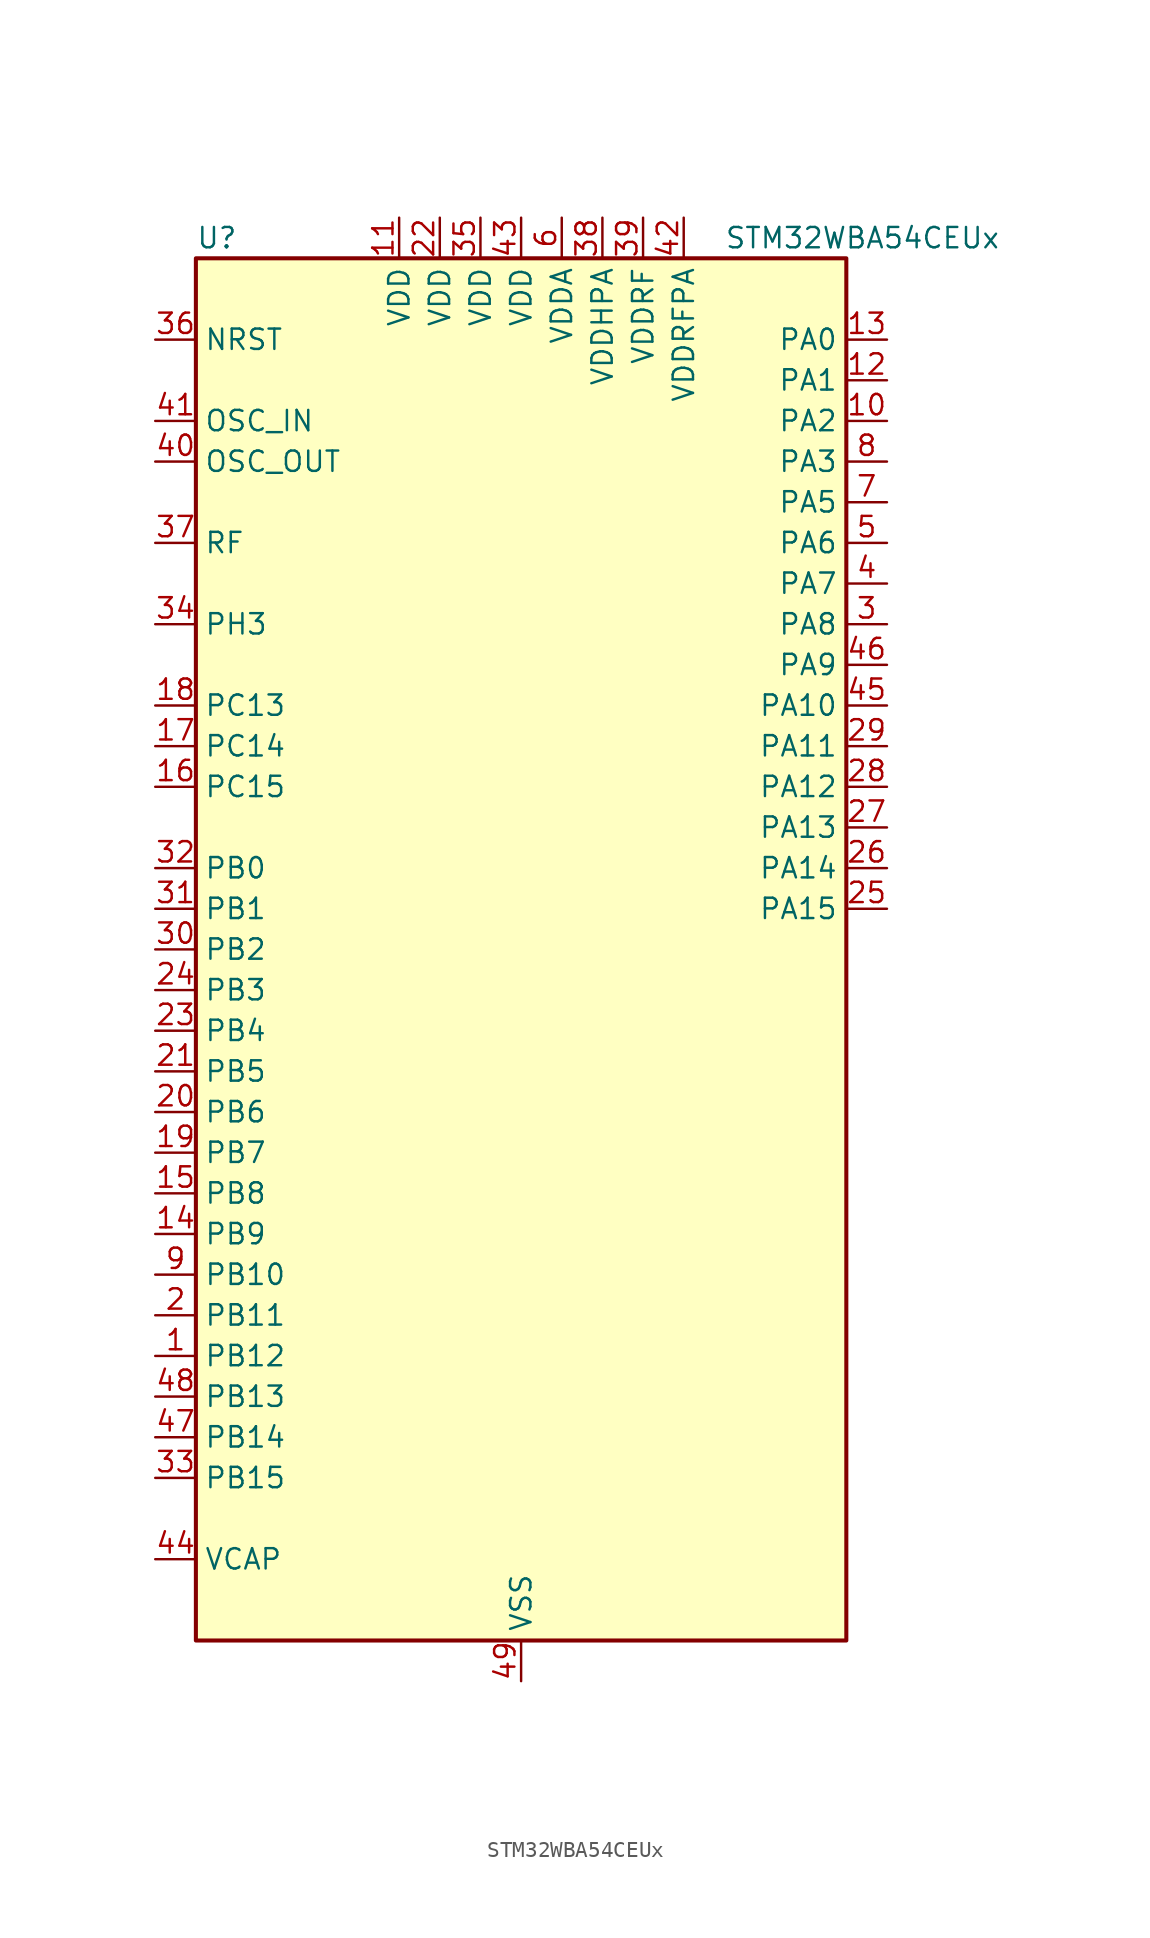
<source format=kicad_sym>
(kicad_symbol_lib
  (version 20241209)
  (generator "kicad_symbol_editor")
  (generator_version "9.0")
  (symbol "STM32WBA54CEUx"
    (property "Reference" "U"
      (at -20.32 44.45 0)
      (effects (font (size 1.27 1.27)) (justify left)))
    (property "Value" "STM32WBA54CEUx"
      (at 12.7 44.45 0)
      (effects (font (size 1.27 1.27)) (justify left)))
    (symbol "STM32WBA54CEUx_0_1"
      (rectangle (start -20.32 -43.18) (end 20.32 43.18) (stroke (width 0.254) (type default)) (fill (type background))))
    (symbol "STM32WBA54CEUx_1_1"
      (pin input line (at -22.86 38.1 0) (length 2.54) (name "NRST" (effects (font (size 1.27 1.27)))) (number "36" (effects (font (size 1.27 1.27)))))
      (pin input line (at -22.86 33.02 0) (length 2.54) (name "OSC_IN" (effects (font (size 1.27 1.27)))) (number "41" (effects (font (size 1.27 1.27)))) (alternate "RCC_OSC_IN" bidirectional line))
      (pin input line (at -22.86 30.48 0) (length 2.54) (name "OSC_OUT" (effects (font (size 1.27 1.27)))) (number "40" (effects (font (size 1.27 1.27)))) (alternate "RCC_OSC_OUT" bidirectional line))
      (pin bidirectional line (at -22.86 25.4 0) (length 2.54) (name "RF" (effects (font (size 1.27 1.27)))) (number "37" (effects (font (size 1.27 1.27)))))
      (pin bidirectional line (at -22.86 20.32 0) (length 2.54) (name "PH3" (effects (font (size 1.27 1.27)))) (number "34" (effects (font (size 1.27 1.27)))) (alternate "PTA_GRANT" bidirectional line) (alternate "RF_EXTPABYP" bidirectional line) (alternate "TAMP_IN2" bidirectional line) (alternate "TAMP_OUT1" bidirectional line))
      (pin bidirectional line (at -22.86 15.24 0) (length 2.54) (name "PC13" (effects (font (size 1.27 1.27)))) (number "18" (effects (font (size 1.27 1.27)))) (alternate "PWR_WKUP2" bidirectional line) (alternate "RTC_OUT1" bidirectional line) (alternate "RTC_TS" bidirectional line) (alternate "TAMP_IN4" bidirectional line) (alternate "TAMP_OUT5" bidirectional line) (alternate "TIM1_BKIN2" bidirectional line) (alternate "TSC_G5_IO1" bidirectional line))
      (pin bidirectional line (at -22.86 12.7 0) (length 2.54) (name "PC14" (effects (font (size 1.27 1.27)))) (number "17" (effects (font (size 1.27 1.27)))) (alternate "RCC_OSC32_IN" bidirectional line))
      (pin bidirectional line (at -22.86 10.16 0) (length 2.54) (name "PC15" (effects (font (size 1.27 1.27)))) (number "16" (effects (font (size 1.27 1.27)))) (alternate "ADC4_EXTI15" bidirectional line) (alternate "RCC_OSC32_OUT" bidirectional line))
      (pin bidirectional line (at -22.86 5.08 0) (length 2.54) (name "PB0" (effects (font (size 1.27 1.27)))) (number "32" (effects (font (size 1.27 1.27)))) (alternate "LPTIM2_IN2" bidirectional line) (alternate "TIM1_CH3N" bidirectional line) (alternate "USART2_TX" bidirectional line))
      (pin bidirectional line (at -22.86 2.54 0) (length 2.54) (name "PB1" (effects (font (size 1.27 1.27)))) (number "31" (effects (font (size 1.27 1.27)))) (alternate "I2C1_SDA" bidirectional line) (alternate "I2C3_SDA" bidirectional line) (alternate "PWR_WKUP4" bidirectional line) (alternate "TIM1_CH2N" bidirectional line) (alternate "USART2_DE" bidirectional line) (alternate "USART2_RTS" bidirectional line))
      (pin bidirectional line (at -22.86 0 0) (length 2.54) (name "PB2" (effects (font (size 1.27 1.27)))) (number "30" (effects (font (size 1.27 1.27)))) (alternate "I2C1_SCL" bidirectional line) (alternate "I2C3_SCL" bidirectional line) (alternate "PWR_WKUP1" bidirectional line) (alternate "RF_ANTSW2" bidirectional line) (alternate "RTC_OUT2" bidirectional line) (alternate "TIM1_CH1N" bidirectional line) (alternate "USART2_CTS" bidirectional line))
      (pin bidirectional line (at -22.86 -2.54 0) (length 2.54) (name "PB3" (effects (font (size 1.27 1.27)))) (number "24" (effects (font (size 1.27 1.27)))) (alternate "DEBUG_JTDO-SWO" bidirectional line) (alternate "I2C1_SDA" bidirectional line) (alternate "LPTIM1_IN2" bidirectional line) (alternate "PTA_ACTIVE" bidirectional line) (alternate "SPI1_MISO" bidirectional line) (alternate "TIM17_CH1N" bidirectional line) (alternate "TIM1_CH4" bidirectional line) (alternate "TSC_G3_IO2" bidirectional line) (alternate "USART2_CK" bidirectional line))
      (pin bidirectional line (at -22.86 -5.08 0) (length 2.54) (name "PB4" (effects (font (size 1.27 1.27)))) (number "23" (effects (font (size 1.27 1.27)))) (alternate "DEBUG_JTRST" bidirectional line) (alternate "LPTIM2_IN2" bidirectional line) (alternate "PTA_ACTIVE" bidirectional line) (alternate "PTA_PRIORITY" bidirectional line) (alternate "SAI1_MCLK_B" bidirectional line) (alternate "SPI1_SCK" bidirectional line) (alternate "TIM17_CH1" bidirectional line) (alternate "TIM1_CH3" bidirectional line) (alternate "TSC_G3_IO1" bidirectional line) (alternate "USART2_RX" bidirectional line))
      (pin bidirectional line (at -22.86 -7.62 0) (length 2.54) (name "PB5" (effects (font (size 1.27 1.27)))) (number "21" (effects (font (size 1.27 1.27)))) (alternate "LPUART1_TX" bidirectional line) (alternate "SAI1_D2" bidirectional line) (alternate "SAI1_FS_B" bidirectional line) (alternate "TIM3_CH1" bidirectional line) (alternate "TSC_G5_IO4" bidirectional line))
      (pin bidirectional line (at -22.86 -10.16 0) (length 2.54) (name "PB6" (effects (font (size 1.27 1.27)))) (number "20" (effects (font (size 1.27 1.27)))) (alternate "PWR_WKUP3" bidirectional line) (alternate "SAI1_SCK_B" bidirectional line) (alternate "TIM2_CH1" bidirectional line) (alternate "TIM2_ETR" bidirectional line) (alternate "TSC_G5_IO3" bidirectional line))
      (pin bidirectional line (at -22.86 -12.7 0) (length 2.54) (name "PB7" (effects (font (size 1.27 1.27)))) (number "19" (effects (font (size 1.27 1.27)))) (alternate "PWR_WKUP5" bidirectional line) (alternate "SAI1_SD_B" bidirectional line) (alternate "TAMP_IN5" bidirectional line) (alternate "TAMP_OUT4" bidirectional line) (alternate "TIM1_CH4N" bidirectional line) (alternate "TSC_G5_IO2" bidirectional line))
      (pin bidirectional line (at -22.86 -15.24 0) (length 2.54) (name "PB8" (effects (font (size 1.27 1.27)))) (number "15" (effects (font (size 1.27 1.27)))) (alternate "COMP1_OUT" bidirectional line) (alternate "LPTIM1_ETR" bidirectional line) (alternate "PWR_PVD_IN" bidirectional line) (alternate "SPI3_MOSI" bidirectional line) (alternate "TIM16_CH1N" bidirectional line) (alternate "TIM1_CH1" bidirectional line) (alternate "TIM3_ETR" bidirectional line) (alternate "TSC_G2_IO4" bidirectional line) (alternate "USART2_RX" bidirectional line))
      (pin bidirectional line (at -22.86 -17.78 0) (length 2.54) (name "PB9" (effects (font (size 1.27 1.27)))) (number "14" (effects (font (size 1.27 1.27)))) (alternate "ADC4_IN10" bidirectional line) (alternate "COMP2_INM" bidirectional line) (alternate "IR_OUT" bidirectional line) (alternate "LPTIM2_IN1" bidirectional line) (alternate "LPUART1_DE" bidirectional line) (alternate "LPUART1_RTS" bidirectional line) (alternate "PWR_WKUP8" bidirectional line) (alternate "SPI3_MISO" bidirectional line) (alternate "TIM16_CH1" bidirectional line) (alternate "TIM1_CH3N" bidirectional line) (alternate "TIM3_CH4" bidirectional line) (alternate "TSC_G2_IO3" bidirectional line))
      (pin bidirectional line (at -22.86 -20.32 0) (length 2.54) (name "PB10" (effects (font (size 1.27 1.27)))) (number "9" (effects (font (size 1.27 1.27)))) (alternate "TIM16_BKIN" bidirectional line) (alternate "TSC_G4_IO3" bidirectional line) (alternate "USART1_CK" bidirectional line))
      (pin bidirectional line (at -22.86 -22.86 0) (length 2.54) (name "PB11" (effects (font (size 1.27 1.27)))) (number "2" (effects (font (size 1.27 1.27)))) (alternate "LPTIM1_CH1" bidirectional line) (alternate "LPTIM1_ETR" bidirectional line) (alternate "LPUART1_TX" bidirectional line))
      (pin bidirectional line (at -22.86 -25.4 0) (length 2.54) (name "PB12" (effects (font (size 1.27 1.27)))) (number "1" (effects (font (size 1.27 1.27)))) (alternate "SAI1_SD_A" bidirectional line) (alternate "SPI1_RDY" bidirectional line) (alternate "TIM2_CH1" bidirectional line) (alternate "TIM2_ETR" bidirectional line) (alternate "TIM3_ETR" bidirectional line) (alternate "TSC_SYNC" bidirectional line) (alternate "USART1_TX" bidirectional line))
      (pin bidirectional line (at -22.86 -27.94 0) (length 2.54) (name "PB13" (effects (font (size 1.27 1.27)))) (number "48" (effects (font (size 1.27 1.27)))) (alternate "TIM3_CH4" bidirectional line) (alternate "TSC_G6_IO2" bidirectional line))
      (pin bidirectional line (at -22.86 -30.48 0) (length 2.54) (name "PB14" (effects (font (size 1.27 1.27)))) (number "47" (effects (font (size 1.27 1.27)))) (alternate "PWR_WKUP7" bidirectional line) (alternate "RTC_REFIN" bidirectional line) (alternate "SAI1_SD_A" bidirectional line) (alternate "TIM3_CH3" bidirectional line) (alternate "TSC_G6_IO1" bidirectional line) (alternate "USART1_TX" bidirectional line))
      (pin bidirectional line (at -22.86 -33.02 0) (length 2.54) (name "PB15" (effects (font (size 1.27 1.27)))) (number "33" (effects (font (size 1.27 1.27)))) (alternate "ADC4_EXTI15" bidirectional line) (alternate "I2C1_SMBA" bidirectional line) (alternate "I2C3_SMBA" bidirectional line) (alternate "LPUART1_CTS" bidirectional line) (alternate "PTA_GRANT" bidirectional line) (alternate "RF_EXTPABYP" bidirectional line) (alternate "TIM16_BKIN" bidirectional line) (alternate "TIM1_BKIN2" bidirectional line) (alternate "USART2_CTS" bidirectional line))
      (pin power_out line (at -22.86 -38.1 0) (length 2.54) (name "VCAP" (effects (font (size 1.27 1.27)))) (number "44" (effects (font (size 1.27 1.27)))))
      (pin power_in line (at -7.62 45.72 270) (length 2.54) (name "VDD" (effects (font (size 1.27 1.27)))) (number "11" (effects (font (size 1.27 1.27)))))
      (pin power_in line (at -5.08 45.72 270) (length 2.54) (name "VDD" (effects (font (size 1.27 1.27)))) (number "22" (effects (font (size 1.27 1.27)))))
      (pin power_in line (at -2.54 45.72 270) (length 2.54) (name "VDD" (effects (font (size 1.27 1.27)))) (number "35" (effects (font (size 1.27 1.27)))))
      (pin power_in line (at 0 45.72 270) (length 2.54) (name "VDD" (effects (font (size 1.27 1.27)))) (number "43" (effects (font (size 1.27 1.27)))))
      (pin power_in line (at 0 -45.72 90) (length 2.54) (name "VSS" (effects (font (size 1.27 1.27)))) (number "49" (effects (font (size 1.27 1.27)))))
      (pin power_in line (at 2.54 45.72 270) (length 2.54) (name "VDDA" (effects (font (size 1.27 1.27)))) (number "6" (effects (font (size 1.27 1.27)))))
      (pin power_in line (at 5.08 45.72 270) (length 2.54) (name "VDDHPA" (effects (font (size 1.27 1.27)))) (number "38" (effects (font (size 1.27 1.27)))))
      (pin power_in line (at 7.62 45.72 270) (length 2.54) (name "VDDRF" (effects (font (size 1.27 1.27)))) (number "39" (effects (font (size 1.27 1.27)))))
      (pin power_in line (at 10.16 45.72 270) (length 2.54) (name "VDDRFPA" (effects (font (size 1.27 1.27)))) (number "42" (effects (font (size 1.27 1.27)))))
      (pin bidirectional line (at 22.86 38.1 180) (length 2.54) (name "PA0" (effects (font (size 1.27 1.27)))) (number "13" (effects (font (size 1.27 1.27)))) (alternate "ADC4_IN9" bidirectional line) (alternate "COMP2_INP" bidirectional line) (alternate "LPTIM1_IN1" bidirectional line) (alternate "LPUART1_CTS" bidirectional line) (alternate "PWR_WKUP1" bidirectional line) (alternate "SPI3_SCK" bidirectional line) (alternate "TIM1_CH2N" bidirectional line) (alternate "TIM3_CH3" bidirectional line) (alternate "TIM3_ETR" bidirectional line) (alternate "TSC_G2_IO2" bidirectional line))
      (pin bidirectional line (at 22.86 35.56 180) (length 2.54) (name "PA1" (effects (font (size 1.27 1.27)))) (number "12" (effects (font (size 1.27 1.27)))) (alternate "ADC4_IN8" bidirectional line) (alternate "COMP1_INM" bidirectional line) (alternate "LPTIM2_CH2" bidirectional line) (alternate "LPUART1_RX" bidirectional line) (alternate "PWR_WKUP3" bidirectional line) (alternate "SAI1_CK1" bidirectional line) (alternate "SPI1_RDY" bidirectional line) (alternate "TIM17_CH1" bidirectional line) (alternate "TIM1_CH1N" bidirectional line) (alternate "TIM3_CH2" bidirectional line) (alternate "TSC_G2_IO1" bidirectional line) (alternate "USART1_CK" bidirectional line))
      (pin bidirectional line (at 22.86 33.02 180) (length 2.54) (name "PA2" (effects (font (size 1.27 1.27)))) (number "10" (effects (font (size 1.27 1.27)))) (alternate "ADC4_IN7" bidirectional line) (alternate "COMP1_INP" bidirectional line) (alternate "LPUART1_TX" bidirectional line) (alternate "PWR_WKUP4" bidirectional line) (alternate "RCC_LSCO" bidirectional line) (alternate "SAI1_D1" bidirectional line) (alternate "TIM16_CH1" bidirectional line) (alternate "TIM1_BKIN" bidirectional line) (alternate "TIM3_CH1" bidirectional line) (alternate "TSC_G4_IO4" bidirectional line) (alternate "USART1_DE" bidirectional line) (alternate "USART1_RTS" bidirectional line))
      (pin bidirectional line (at 22.86 30.48 180) (length 2.54) (name "PA3" (effects (font (size 1.27 1.27)))) (number "8" (effects (font (size 1.27 1.27)))) (alternate "ADC4_IN6" bidirectional line) (alternate "PWR_WKUP5" bidirectional line) (alternate "TIM16_CH1N" bidirectional line) (alternate "TSC_G4_IO2" bidirectional line) (alternate "USART1_DE" bidirectional line) (alternate "USART1_RTS" bidirectional line))
      (pin bidirectional line (at 22.86 27.94 180) (length 2.54) (name "PA5" (effects (font (size 1.27 1.27)))) (number "7" (effects (font (size 1.27 1.27)))) (alternate "ADC4_IN4" bidirectional line) (alternate "AUDIOCLK" bidirectional line) (alternate "LPTIM2_ETR" bidirectional line) (alternate "PWR_CSLEEP" bidirectional line) (alternate "PWR_WKUP6" bidirectional line) (alternate "SAI1_D2" bidirectional line) (alternate "SPI3_NSS" bidirectional line) (alternate "TIM2_CH1" bidirectional line) (alternate "TIM2_ETR" bidirectional line) (alternate "TSC_G1_IO4" bidirectional line) (alternate "USART1_CK" bidirectional line))
      (pin bidirectional line (at 22.86 25.4 180) (length 2.54) (name "PA6" (effects (font (size 1.27 1.27)))) (number "5" (effects (font (size 1.27 1.27)))) (alternate "ADC4_IN3" bidirectional line) (alternate "I2C3_SCL" bidirectional line) (alternate "PWR_CSTOP" bidirectional line) (alternate "PWR_WKUP7" bidirectional line) (alternate "SAI1_CK2" bidirectional line) (alternate "SAI1_MCLK_A" bidirectional line) (alternate "SPI3_RDY" bidirectional line) (alternate "TIM2_CH4" bidirectional line) (alternate "TSC_G1_IO3" bidirectional line) (alternate "USART1_DE" bidirectional line) (alternate "USART1_RTS" bidirectional line))
      (pin bidirectional line (at 22.86 22.86 180) (length 2.54) (name "PA7" (effects (font (size 1.27 1.27)))) (number "4" (effects (font (size 1.27 1.27)))) (alternate "ADC4_IN2" bidirectional line) (alternate "COMP1_OUT" bidirectional line) (alternate "I2C3_SDA" bidirectional line) (alternate "PWR_WKUP8" bidirectional line) (alternate "SAI1_SCK_A" bidirectional line) (alternate "TAMP_IN1" bidirectional line) (alternate "TAMP_OUT2" bidirectional line) (alternate "TIM2_CH3" bidirectional line) (alternate "TSC_G1_IO2" bidirectional line) (alternate "USART1_CTS" bidirectional line))
      (pin bidirectional line (at 22.86 20.32 180) (length 2.54) (name "PA8" (effects (font (size 1.27 1.27)))) (number "3" (effects (font (size 1.27 1.27)))) (alternate "ADC4_IN1" bidirectional line) (alternate "LPTIM1_CH2" bidirectional line) (alternate "RCC_MCO" bidirectional line) (alternate "SAI1_FS_A" bidirectional line) (alternate "SPI3_RDY" bidirectional line) (alternate "TIM2_CH2" bidirectional line) (alternate "TSC_G1_IO1" bidirectional line) (alternate "USART1_RX" bidirectional line))
      (pin bidirectional line (at 22.86 17.78 180) (length 2.54) (name "PA9" (effects (font (size 1.27 1.27)))) (number "46" (effects (font (size 1.27 1.27)))) (alternate "LPUART1_DE" bidirectional line) (alternate "LPUART1_RTS" bidirectional line) (alternate "SAI1_CK1" bidirectional line) (alternate "TIM3_CH2" bidirectional line))
      (pin bidirectional line (at 22.86 15.24 180) (length 2.54) (name "PA10" (effects (font (size 1.27 1.27)))) (number "45" (effects (font (size 1.27 1.27)))) (alternate "LPUART1_RX" bidirectional line) (alternate "SAI1_D1" bidirectional line) (alternate "TIM3_CH1" bidirectional line))
      (pin bidirectional line (at 22.86 12.7 180) (length 2.54) (name "PA11" (effects (font (size 1.27 1.27)))) (number "29" (effects (font (size 1.27 1.27)))) (alternate "LPTIM2_CH1" bidirectional line) (alternate "RF_ANTSW1" bidirectional line) (alternate "TIM1_CH1" bidirectional line) (alternate "USART2_RX" bidirectional line))
      (pin bidirectional line (at 22.86 10.16 180) (length 2.54) (name "PA12" (effects (font (size 1.27 1.27)))) (number "28" (effects (font (size 1.27 1.27)))) (alternate "COMP2_OUT" bidirectional line) (alternate "PTA_STATUS" bidirectional line) (alternate "PWR_WKUP6" bidirectional line) (alternate "RF_ANTSW0" bidirectional line) (alternate "SPI1_NSS" bidirectional line) (alternate "TIM1_CH2" bidirectional line) (alternate "TSC_G3_IO4" bidirectional line) (alternate "USART2_TX" bidirectional line))
      (pin bidirectional line (at 22.86 7.62 180) (length 2.54) (name "PA13" (effects (font (size 1.27 1.27)))) (number "27" (effects (font (size 1.27 1.27)))) (alternate "DEBUG_JTMS-SWDIO" bidirectional line) (alternate "IR_OUT" bidirectional line) (alternate "PTA_PRIORITY" bidirectional line))
      (pin bidirectional line (at 22.86 5.08 180) (length 2.54) (name "PA14" (effects (font (size 1.27 1.27)))) (number "26" (effects (font (size 1.27 1.27)))) (alternate "COMP2_OUT" bidirectional line) (alternate "DEBUG_JTCK-SWCLK" bidirectional line) (alternate "PTA_STATUS" bidirectional line) (alternate "TAMP_IN3" bidirectional line) (alternate "TAMP_OUT6" bidirectional line) (alternate "USART2_TX" bidirectional line))
      (pin bidirectional line (at 22.86 2.54 180) (length 2.54) (name "PA15" (effects (font (size 1.27 1.27)))) (number "25" (effects (font (size 1.27 1.27)))) (alternate "ADC4_EXTI15" bidirectional line) (alternate "DEBUG_JTDI" bidirectional line) (alternate "I2C1_SCL" bidirectional line) (alternate "LPTIM1_CH2" bidirectional line) (alternate "PTA_STATUS" bidirectional line) (alternate "SPI1_MOSI" bidirectional line) (alternate "TIM17_BKIN" bidirectional line) (alternate "TIM1_ETR" bidirectional line) (alternate "TSC_G3_IO3" bidirectional line) (alternate "USART2_DE" bidirectional line) (alternate "USART2_RTS" bidirectional line)))))
</source>
